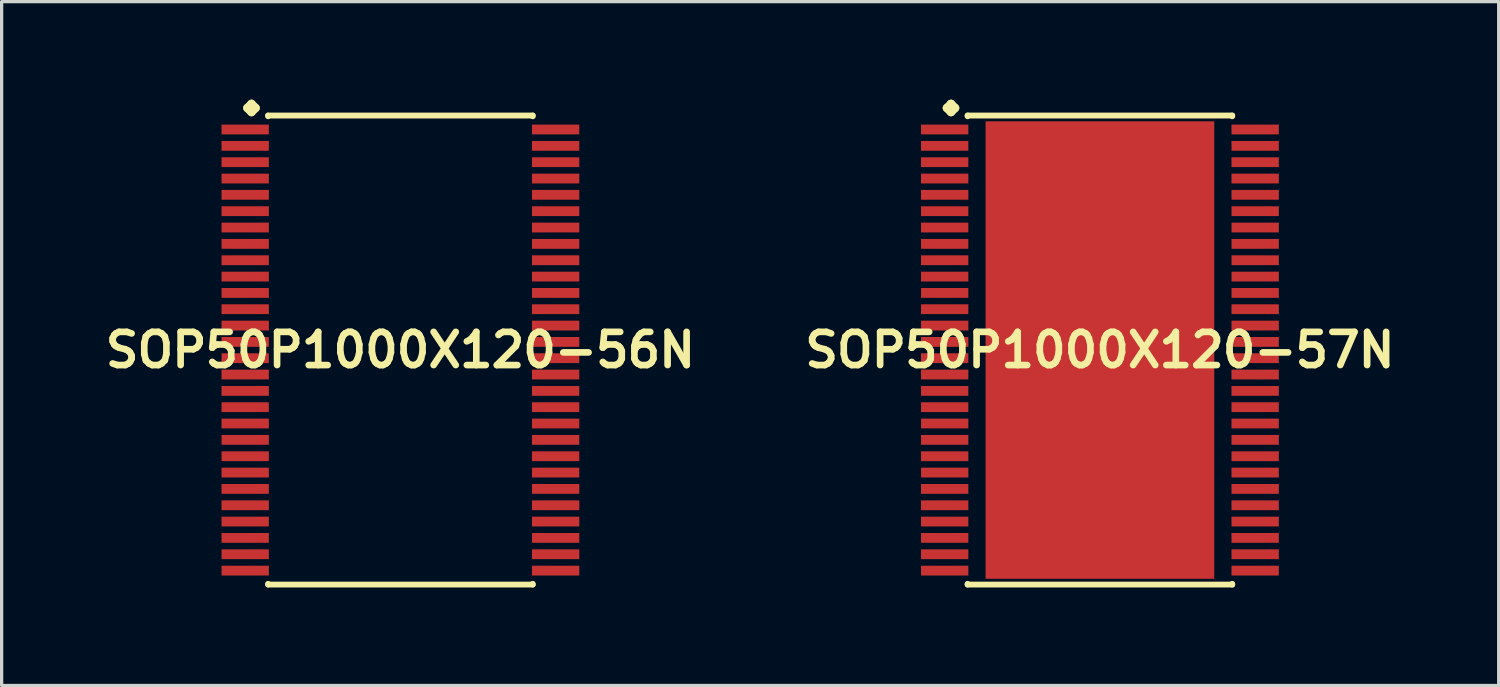
<source format=kicad_pcb>
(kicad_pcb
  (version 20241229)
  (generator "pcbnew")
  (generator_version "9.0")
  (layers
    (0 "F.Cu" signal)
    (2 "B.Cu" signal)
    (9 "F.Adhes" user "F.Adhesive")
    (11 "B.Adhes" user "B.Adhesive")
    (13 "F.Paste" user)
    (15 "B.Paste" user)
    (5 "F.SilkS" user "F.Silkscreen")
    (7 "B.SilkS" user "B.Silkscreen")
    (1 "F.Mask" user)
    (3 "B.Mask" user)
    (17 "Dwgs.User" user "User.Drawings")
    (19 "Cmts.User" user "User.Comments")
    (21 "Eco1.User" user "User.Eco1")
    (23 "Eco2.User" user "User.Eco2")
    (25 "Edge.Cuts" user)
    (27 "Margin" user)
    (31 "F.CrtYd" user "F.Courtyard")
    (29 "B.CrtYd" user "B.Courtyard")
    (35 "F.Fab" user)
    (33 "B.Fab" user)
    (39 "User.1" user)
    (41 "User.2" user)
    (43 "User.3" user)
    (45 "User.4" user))
  (footprint "SOP50P1000X120-56N"
    (layer "F.Cu")
    (at 9.202 7.661)
    (property "Reference" "SOP50P1000X120-56N" (at 0 0 0) (layer "F.SilkS") (effects (font (size 1.016 1.016) (thickness 0.203))))
    (attr smd)
    (fp_line (start -4.684 -7.407) (end -4.557 -7.534) (stroke (width 0.254) (type solid)) (layer "F.SilkS"))
    (fp_line (start -4.557 -7.534) (end -4.43 -7.407) (stroke (width 0.254) (type solid)) (layer "F.SilkS"))
    (fp_line (start -4.557 -7.28) (end -4.684 -7.407) (stroke (width 0.254) (type solid)) (layer "F.SilkS"))
    (fp_line (start -4.43 -7.407) (end -4.557 -7.28) (stroke (width 0.254) (type solid)) (layer "F.SilkS"))
    (fp_line (start -4.049 -7.176) (end 4.049 -7.176) (stroke (width 0.178) (type solid)) (layer "F.SilkS"))
    (fp_line (start -4.049 -7.153) (end -4.049 -7.176) (stroke (width 0.178) (type solid)) (layer "F.SilkS"))
    (fp_line (start -4.049 7.153) (end -4.049 7.176) (stroke (width 0.178) (type solid)) (layer "F.SilkS"))
    (fp_line (start -4.049 7.176) (end 4.049 7.176) (stroke (width 0.178) (type solid)) (layer "F.SilkS"))
    (fp_line (start 4.049 -7.176) (end 4.049 -7.153) (stroke (width 0.178) (type solid)) (layer "F.SilkS"))
    (fp_line (start 4.049 7.176) (end 4.049 7.153) (stroke (width 0.178) (type solid)) (layer "F.SilkS"))
    (pad "1" smd rect (at -4.75 -6.749) (size 1.448 0.3) (layers "F.Cu" "F.Mask" "F.Paste"))
    (pad "2" smd rect (at -4.75 -6.248) (size 1.448 0.3) (layers "F.Cu" "F.Mask" "F.Paste"))
    (pad "3" smd rect (at -4.75 -5.748) (size 1.448 0.3) (layers "F.Cu" "F.Mask" "F.Paste"))
    (pad "4" smd rect (at -4.75 -5.248) (size 1.448 0.3) (layers "F.Cu" "F.Mask" "F.Paste"))
    (pad "5" smd rect (at -4.75 -4.75) (size 1.448 0.3) (layers "F.Cu" "F.Mask" "F.Paste"))
    (pad "6" smd rect (at -4.75 -4.249) (size 1.448 0.3) (layers "F.Cu" "F.Mask" "F.Paste"))
    (pad "7" smd rect (at -4.75 -3.749) (size 1.448 0.3) (layers "F.Cu" "F.Mask" "F.Paste"))
    (pad "8" smd rect (at -4.75 -3.249) (size 1.448 0.3) (layers "F.Cu" "F.Mask" "F.Paste"))
    (pad "9" smd rect (at -4.75 -2.748) (size 1.448 0.3) (layers "F.Cu" "F.Mask" "F.Paste"))
    (pad "10" smd rect (at -4.75 -2.248) (size 1.448 0.3) (layers "F.Cu" "F.Mask" "F.Paste"))
    (pad "11" smd rect (at -4.75 -1.748) (size 1.448 0.3) (layers "F.Cu" "F.Mask" "F.Paste"))
    (pad "12" smd rect (at -4.75 -1.25) (size 1.448 0.3) (layers "F.Cu" "F.Mask" "F.Paste"))
    (pad "13" smd rect (at -4.75 -0.749) (size 1.448 0.3) (layers "F.Cu" "F.Mask" "F.Paste"))
    (pad "14" smd rect (at -4.75 -0.249) (size 1.448 0.3) (layers "F.Cu" "F.Mask" "F.Paste"))
    (pad "15" smd rect (at -4.75 0.249) (size 1.448 0.3) (layers "F.Cu" "F.Mask" "F.Paste"))
    (pad "16" smd rect (at -4.75 0.749) (size 1.448 0.3) (layers "F.Cu" "F.Mask" "F.Paste"))
    (pad "17" smd rect (at -4.75 1.25) (size 1.448 0.3) (layers "F.Cu" "F.Mask" "F.Paste"))
    (pad "18" smd rect (at -4.75 1.748) (size 1.448 0.3) (layers "F.Cu" "F.Mask" "F.Paste"))
    (pad "19" smd rect (at -4.75 2.248) (size 1.448 0.3) (layers "F.Cu" "F.Mask" "F.Paste"))
    (pad "20" smd rect (at -4.75 2.748) (size 1.448 0.3) (layers "F.Cu" "F.Mask" "F.Paste"))
    (pad "21" smd rect (at -4.75 3.249) (size 1.448 0.3) (layers "F.Cu" "F.Mask" "F.Paste"))
    (pad "22" smd rect (at -4.75 3.749) (size 1.448 0.3) (layers "F.Cu" "F.Mask" "F.Paste"))
    (pad "23" smd rect (at -4.75 4.249) (size 1.448 0.3) (layers "F.Cu" "F.Mask" "F.Paste"))
    (pad "24" smd rect (at -4.75 4.75) (size 1.448 0.3) (layers "F.Cu" "F.Mask" "F.Paste"))
    (pad "25" smd rect (at -4.75 5.248) (size 1.448 0.3) (layers "F.Cu" "F.Mask" "F.Paste"))
    (pad "26" smd rect (at -4.75 5.748) (size 1.448 0.3) (layers "F.Cu" "F.Mask" "F.Paste"))
    (pad "27" smd rect (at -4.75 6.248) (size 1.448 0.3) (layers "F.Cu" "F.Mask" "F.Paste"))
    (pad "28" smd rect (at -4.75 6.749) (size 1.448 0.3) (layers "F.Cu" "F.Mask" "F.Paste"))
    (pad "29" smd rect (at 4.75 6.749) (size 1.448 0.3) (layers "F.Cu" "F.Mask" "F.Paste"))
    (pad "30" smd rect (at 4.75 6.248) (size 1.448 0.3) (layers "F.Cu" "F.Mask" "F.Paste"))
    (pad "31" smd rect (at 4.75 5.748) (size 1.448 0.3) (layers "F.Cu" "F.Mask" "F.Paste"))
    (pad "32" smd rect (at 4.75 5.248) (size 1.448 0.3) (layers "F.Cu" "F.Mask" "F.Paste"))
    (pad "33" smd rect (at 4.75 4.75) (size 1.448 0.3) (layers "F.Cu" "F.Mask" "F.Paste"))
    (pad "34" smd rect (at 4.75 4.249) (size 1.448 0.3) (layers "F.Cu" "F.Mask" "F.Paste"))
    (pad "35" smd rect (at 4.75 3.749) (size 1.448 0.3) (layers "F.Cu" "F.Mask" "F.Paste"))
    (pad "36" smd rect (at 4.75 3.249) (size 1.448 0.3) (layers "F.Cu" "F.Mask" "F.Paste"))
    (pad "37" smd rect (at 4.75 2.748) (size 1.448 0.3) (layers "F.Cu" "F.Mask" "F.Paste"))
    (pad "38" smd rect (at 4.75 2.248) (size 1.448 0.3) (layers "F.Cu" "F.Mask" "F.Paste"))
    (pad "39" smd rect (at 4.75 1.748) (size 1.448 0.3) (layers "F.Cu" "F.Mask" "F.Paste"))
    (pad "40" smd rect (at 4.75 1.25) (size 1.448 0.3) (layers "F.Cu" "F.Mask" "F.Paste"))
    (pad "41" smd rect (at 4.75 0.749) (size 1.448 0.3) (layers "F.Cu" "F.Mask" "F.Paste"))
    (pad "42" smd rect (at 4.75 0.249) (size 1.448 0.3) (layers "F.Cu" "F.Mask" "F.Paste"))
    (pad "43" smd rect (at 4.75 -0.249) (size 1.448 0.3) (layers "F.Cu" "F.Mask" "F.Paste"))
    (pad "44" smd rect (at 4.75 -0.749) (size 1.448 0.3) (layers "F.Cu" "F.Mask" "F.Paste"))
    (pad "45" smd rect (at 4.75 -1.25) (size 1.448 0.3) (layers "F.Cu" "F.Mask" "F.Paste"))
    (pad "46" smd rect (at 4.75 -1.748) (size 1.448 0.3) (layers "F.Cu" "F.Mask" "F.Paste"))
    (pad "47" smd rect (at 4.75 -2.248) (size 1.448 0.3) (layers "F.Cu" "F.Mask" "F.Paste"))
    (pad "48" smd rect (at 4.75 -2.748) (size 1.448 0.3) (layers "F.Cu" "F.Mask" "F.Paste"))
    (pad "49" smd rect (at 4.75 -3.249) (size 1.448 0.3) (layers "F.Cu" "F.Mask" "F.Paste"))
    (pad "50" smd rect (at 4.75 -3.749) (size 1.448 0.3) (layers "F.Cu" "F.Mask" "F.Paste"))
    (pad "51" smd rect (at 4.75 -4.249) (size 1.448 0.3) (layers "F.Cu" "F.Mask" "F.Paste"))
    (pad "52" smd rect (at 4.75 -4.75) (size 1.448 0.3) (layers "F.Cu" "F.Mask" "F.Paste"))
    (pad "53" smd rect (at 4.75 -5.248) (size 1.448 0.3) (layers "F.Cu" "F.Mask" "F.Paste"))
    (pad "54" smd rect (at 4.75 -5.748) (size 1.448 0.3) (layers "F.Cu" "F.Mask" "F.Paste"))
    (pad "55" smd rect (at 4.75 -6.248) (size 1.448 0.3) (layers "F.Cu" "F.Mask" "F.Paste"))
    (pad "56" smd rect (at 4.75 -6.749) (size 1.448 0.3) (layers "F.Cu" "F.Mask" "F.Paste")))
  (footprint "SOP50P1000X120-57N"
    (layer "F.Cu")
    (at 30.606 7.661)
    (property "Reference" "SOP50P1000X120-57N" (at 0 0 0) (layer "F.SilkS") (effects (font (size 1.016 1.016) (thickness 0.203))))
    (attr smd)
    (fp_line (start -4.684 -7.407) (end -4.557 -7.534) (stroke (width 0.254) (type solid)) (layer "F.SilkS"))
    (fp_line (start -4.557 -7.534) (end -4.43 -7.407) (stroke (width 0.254) (type solid)) (layer "F.SilkS"))
    (fp_line (start -4.557 -7.28) (end -4.684 -7.407) (stroke (width 0.254) (type solid)) (layer "F.SilkS"))
    (fp_line (start -4.43 -7.407) (end -4.557 -7.28) (stroke (width 0.254) (type solid)) (layer "F.SilkS"))
    (fp_line (start -4.049 -7.176) (end 4.049 -7.176) (stroke (width 0.178) (type solid)) (layer "F.SilkS"))
    (fp_line (start -4.049 -7.153) (end -4.049 -7.176) (stroke (width 0.178) (type solid)) (layer "F.SilkS"))
    (fp_line (start -4.049 7.153) (end -4.049 7.176) (stroke (width 0.178) (type solid)) (layer "F.SilkS"))
    (fp_line (start -4.049 7.176) (end 4.049 7.176) (stroke (width 0.178) (type solid)) (layer "F.SilkS"))
    (fp_line (start 4.049 -7.176) (end 4.049 -7.153) (stroke (width 0.178) (type solid)) (layer "F.SilkS"))
    (fp_line (start 4.049 7.176) (end 4.049 7.153) (stroke (width 0.178) (type solid)) (layer "F.SilkS"))
    (pad "1" smd rect (at -4.75 -6.749) (size 1.448 0.3) (layers "F.Cu" "F.Mask" "F.Paste"))
    (pad "2" smd rect (at -4.75 -6.248) (size 1.448 0.3) (layers "F.Cu" "F.Mask" "F.Paste"))
    (pad "3" smd rect (at -4.75 -5.748) (size 1.448 0.3) (layers "F.Cu" "F.Mask" "F.Paste"))
    (pad "4" smd rect (at -4.75 -5.248) (size 1.448 0.3) (layers "F.Cu" "F.Mask" "F.Paste"))
    (pad "5" smd rect (at -4.75 -4.75) (size 1.448 0.3) (layers "F.Cu" "F.Mask" "F.Paste"))
    (pad "6" smd rect (at -4.75 -4.249) (size 1.448 0.3) (layers "F.Cu" "F.Mask" "F.Paste"))
    (pad "7" smd rect (at -4.75 -3.749) (size 1.448 0.3) (layers "F.Cu" "F.Mask" "F.Paste"))
    (pad "8" smd rect (at -4.75 -3.249) (size 1.448 0.3) (layers "F.Cu" "F.Mask" "F.Paste"))
    (pad "9" smd rect (at -4.75 -2.748) (size 1.448 0.3) (layers "F.Cu" "F.Mask" "F.Paste"))
    (pad "10" smd rect (at -4.75 -2.248) (size 1.448 0.3) (layers "F.Cu" "F.Mask" "F.Paste"))
    (pad "11" smd rect (at -4.75 -1.748) (size 1.448 0.3) (layers "F.Cu" "F.Mask" "F.Paste"))
    (pad "12" smd rect (at -4.75 -1.25) (size 1.448 0.3) (layers "F.Cu" "F.Mask" "F.Paste"))
    (pad "13" smd rect (at -4.75 -0.749) (size 1.448 0.3) (layers "F.Cu" "F.Mask" "F.Paste"))
    (pad "14" smd rect (at -4.75 -0.249) (size 1.448 0.3) (layers "F.Cu" "F.Mask" "F.Paste"))
    (pad "15" smd rect (at -4.75 0.249) (size 1.448 0.3) (layers "F.Cu" "F.Mask" "F.Paste"))
    (pad "16" smd rect (at -4.75 0.749) (size 1.448 0.3) (layers "F.Cu" "F.Mask" "F.Paste"))
    (pad "17" smd rect (at -4.75 1.25) (size 1.448 0.3) (layers "F.Cu" "F.Mask" "F.Paste"))
    (pad "18" smd rect (at -4.75 1.748) (size 1.448 0.3) (layers "F.Cu" "F.Mask" "F.Paste"))
    (pad "19" smd rect (at -4.75 2.248) (size 1.448 0.3) (layers "F.Cu" "F.Mask" "F.Paste"))
    (pad "20" smd rect (at -4.75 2.748) (size 1.448 0.3) (layers "F.Cu" "F.Mask" "F.Paste"))
    (pad "21" smd rect (at -4.75 3.249) (size 1.448 0.3) (layers "F.Cu" "F.Mask" "F.Paste"))
    (pad "22" smd rect (at -4.75 3.749) (size 1.448 0.3) (layers "F.Cu" "F.Mask" "F.Paste"))
    (pad "23" smd rect (at -4.75 4.249) (size 1.448 0.3) (layers "F.Cu" "F.Mask" "F.Paste"))
    (pad "24" smd rect (at -4.75 4.75) (size 1.448 0.3) (layers "F.Cu" "F.Mask" "F.Paste"))
    (pad "25" smd rect (at -4.75 5.248) (size 1.448 0.3) (layers "F.Cu" "F.Mask" "F.Paste"))
    (pad "26" smd rect (at -4.75 5.748) (size 1.448 0.3) (layers "F.Cu" "F.Mask" "F.Paste"))
    (pad "27" smd rect (at -4.75 6.248) (size 1.448 0.3) (layers "F.Cu" "F.Mask" "F.Paste"))
    (pad "28" smd rect (at -4.75 6.749) (size 1.448 0.3) (layers "F.Cu" "F.Mask" "F.Paste"))
    (pad "29" smd rect (at 4.75 6.749) (size 1.448 0.3) (layers "F.Cu" "F.Mask" "F.Paste"))
    (pad "30" smd rect (at 4.75 6.248) (size 1.448 0.3) (layers "F.Cu" "F.Mask" "F.Paste"))
    (pad "31" smd rect (at 4.75 5.748) (size 1.448 0.3) (layers "F.Cu" "F.Mask" "F.Paste"))
    (pad "32" smd rect (at 4.75 5.248) (size 1.448 0.3) (layers "F.Cu" "F.Mask" "F.Paste"))
    (pad "33" smd rect (at 4.75 4.75) (size 1.448 0.3) (layers "F.Cu" "F.Mask" "F.Paste"))
    (pad "34" smd rect (at 4.75 4.249) (size 1.448 0.3) (layers "F.Cu" "F.Mask" "F.Paste"))
    (pad "35" smd rect (at 4.75 3.749) (size 1.448 0.3) (layers "F.Cu" "F.Mask" "F.Paste"))
    (pad "36" smd rect (at 4.75 3.249) (size 1.448 0.3) (layers "F.Cu" "F.Mask" "F.Paste"))
    (pad "37" smd rect (at 4.75 2.748) (size 1.448 0.3) (layers "F.Cu" "F.Mask" "F.Paste"))
    (pad "38" smd rect (at 4.75 2.248) (size 1.448 0.3) (layers "F.Cu" "F.Mask" "F.Paste"))
    (pad "39" smd rect (at 4.75 1.748) (size 1.448 0.3) (layers "F.Cu" "F.Mask" "F.Paste"))
    (pad "40" smd rect (at 4.75 1.25) (size 1.448 0.3) (layers "F.Cu" "F.Mask" "F.Paste"))
    (pad "41" smd rect (at 4.75 0.749) (size 1.448 0.3) (layers "F.Cu" "F.Mask" "F.Paste"))
    (pad "42" smd rect (at 4.75 0.249) (size 1.448 0.3) (layers "F.Cu" "F.Mask" "F.Paste"))
    (pad "43" smd rect (at 4.75 -0.249) (size 1.448 0.3) (layers "F.Cu" "F.Mask" "F.Paste"))
    (pad "44" smd rect (at 4.75 -0.749) (size 1.448 0.3) (layers "F.Cu" "F.Mask" "F.Paste"))
    (pad "45" smd rect (at 4.75 -1.25) (size 1.448 0.3) (layers "F.Cu" "F.Mask" "F.Paste"))
    (pad "46" smd rect (at 4.75 -1.748) (size 1.448 0.3) (layers "F.Cu" "F.Mask" "F.Paste"))
    (pad "47" smd rect (at 4.75 -2.248) (size 1.448 0.3) (layers "F.Cu" "F.Mask" "F.Paste"))
    (pad "48" smd rect (at 4.75 -2.748) (size 1.448 0.3) (layers "F.Cu" "F.Mask" "F.Paste"))
    (pad "49" smd rect (at 4.75 -3.249) (size 1.448 0.3) (layers "F.Cu" "F.Mask" "F.Paste"))
    (pad "50" smd rect (at 4.75 -3.749) (size 1.448 0.3) (layers "F.Cu" "F.Mask" "F.Paste"))
    (pad "51" smd rect (at 4.75 -4.249) (size 1.448 0.3) (layers "F.Cu" "F.Mask" "F.Paste"))
    (pad "52" smd rect (at 4.75 -4.75) (size 1.448 0.3) (layers "F.Cu" "F.Mask" "F.Paste"))
    (pad "53" smd rect (at 4.75 -5.248) (size 1.448 0.3) (layers "F.Cu" "F.Mask" "F.Paste"))
    (pad "54" smd rect (at 4.75 -5.748) (size 1.448 0.3) (layers "F.Cu" "F.Mask" "F.Paste"))
    (pad "55" smd rect (at 4.75 -6.248) (size 1.448 0.3) (layers "F.Cu" "F.Mask" "F.Paste"))
    (pad "56" smd rect (at 4.75 -6.749) (size 1.448 0.3) (layers "F.Cu" "F.Mask" "F.Paste"))
    (pad "57" smd rect (at 0 0) (size 6.998 13.998) (layers "F.Cu" "F.Mask" "F.Paste")))
  (gr_rect
    (start -3 -3)
    (end 42.808 17.925)
    (stroke (width 0.1) (type default))
    (fill no)
    (layer "Edge.Cuts")))
</source>
